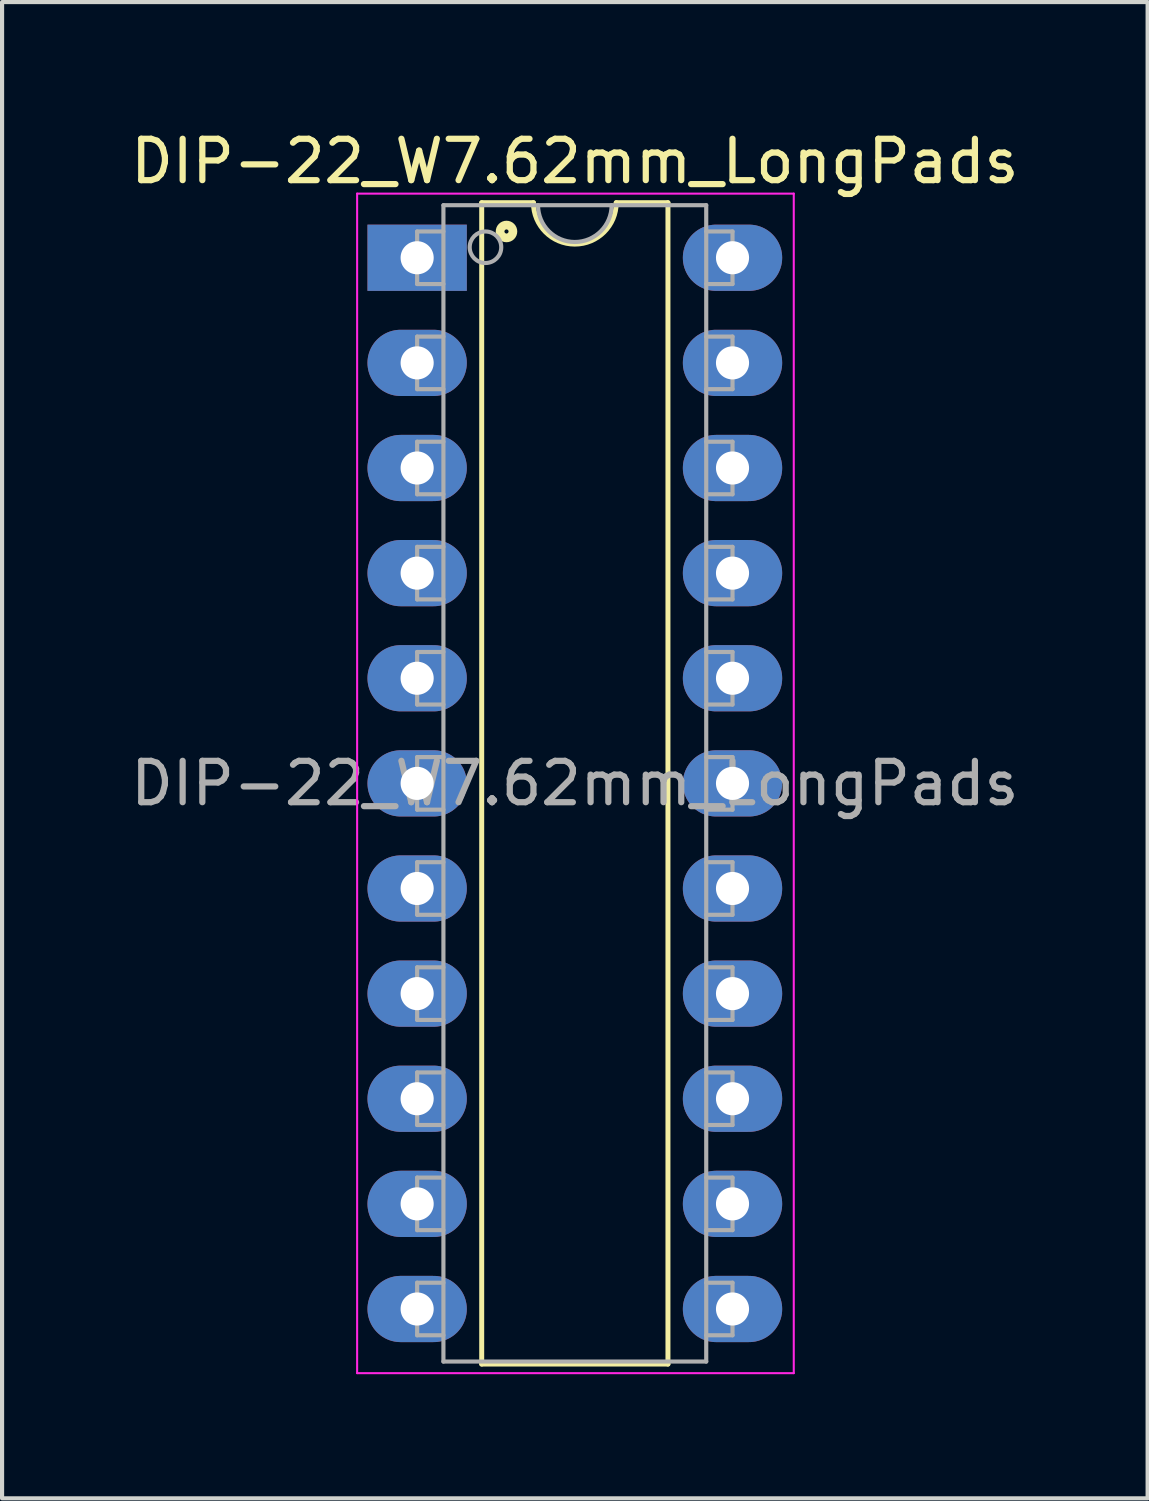
<source format=kicad_pcb>
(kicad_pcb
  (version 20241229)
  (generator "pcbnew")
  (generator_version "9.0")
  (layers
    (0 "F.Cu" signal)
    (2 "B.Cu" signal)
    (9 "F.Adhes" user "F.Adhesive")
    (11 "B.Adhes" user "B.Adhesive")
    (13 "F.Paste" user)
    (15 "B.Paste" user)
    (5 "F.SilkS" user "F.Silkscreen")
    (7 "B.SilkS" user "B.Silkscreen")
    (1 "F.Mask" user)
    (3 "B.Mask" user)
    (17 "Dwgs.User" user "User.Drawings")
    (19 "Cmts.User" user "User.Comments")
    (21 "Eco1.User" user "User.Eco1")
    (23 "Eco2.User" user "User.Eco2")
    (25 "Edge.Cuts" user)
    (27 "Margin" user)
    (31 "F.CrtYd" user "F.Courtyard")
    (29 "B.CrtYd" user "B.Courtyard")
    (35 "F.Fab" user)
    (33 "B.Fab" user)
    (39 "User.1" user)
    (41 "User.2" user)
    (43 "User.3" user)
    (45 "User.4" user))
  (footprint "DIP-22_W7.62mm_LongPads"
    (layer "F.Cu")
    (at 7.029 3.178)
    (property "Reference" "DIP-22_W7.62mm_LongPads" (at 3.81 -2.33 0) (layer "F.SilkS") (effects (font (size 1 1) (thickness 0.15))))
    (attr through_hole)
    (fp_line (start 1.56 -1.33) (end 1.56 26.73) (stroke (width 0.12) (type solid)) (layer "F.SilkS"))
    (fp_line (start 1.56 26.73) (end 6.06 26.73) (stroke (width 0.12) (type solid)) (layer "F.SilkS"))
    (fp_line (start 2.81 -1.33) (end 1.56 -1.33) (stroke (width 0.12) (type solid)) (layer "F.SilkS"))
    (fp_line (start 6.06 -1.33) (end 4.81 -1.33) (stroke (width 0.12) (type solid)) (layer "F.SilkS"))
    (fp_line (start 6.06 26.73) (end 6.06 -1.33) (stroke (width 0.12) (type solid)) (layer "F.SilkS"))
    (fp_arc (start 4.81 -1.33) (mid 3.81 -0.33) (end 2.81 -1.33) (stroke (width 0.12) (type solid)) (layer "F.SilkS"))
    (fp_circle (center 2.159 -0.635) (end 2.209 -0.635) (stroke (width 0.12) (type solid)) (fill no) (layer "F.SilkS"))
    (fp_circle (center 2.159 -0.635) (end 2.284 -0.635) (stroke (width 0.12) (type solid)) (fill no) (layer "F.SilkS"))
    (fp_circle (center 2.159 -0.635) (end 2.359 -0.635) (stroke (width 0.12) (type solid)) (fill no) (layer "F.SilkS"))
    (fp_line (start -1.45 -1.55) (end -1.45 26.95) (stroke (width 0.05) (type solid)) (layer "F.CrtYd"))
    (fp_line (start -1.45 26.95) (end 9.1 26.95) (stroke (width 0.05) (type solid)) (layer "F.CrtYd"))
    (fp_line (start 9.1 -1.55) (end -1.45 -1.55) (stroke (width 0.05) (type solid)) (layer "F.CrtYd"))
    (fp_line (start 9.1 26.95) (end 9.1 -1.55) (stroke (width 0.05) (type solid)) (layer "F.CrtYd"))
    (fp_line (start 0 -0.635) (end 0 0.635) (stroke (width 0.1) (type solid)) (layer "F.Fab"))
    (fp_line (start 0 -0.635) (end 0.635 -0.635) (stroke (width 0.1) (type solid)) (layer "F.Fab"))
    (fp_line (start 0 0.635) (end 0.635 0.635) (stroke (width 0.1) (type solid)) (layer "F.Fab"))
    (fp_line (start 0 1.905) (end 0 3.175) (stroke (width 0.1) (type solid)) (layer "F.Fab"))
    (fp_line (start 0 1.905) (end 0.635 1.905) (stroke (width 0.1) (type solid)) (layer "F.Fab"))
    (fp_line (start 0 3.175) (end 0.635 3.175) (stroke (width 0.1) (type solid)) (layer "F.Fab"))
    (fp_line (start 0 4.445) (end 0 5.715) (stroke (width 0.1) (type solid)) (layer "F.Fab"))
    (fp_line (start 0 4.445) (end 0.635 4.445) (stroke (width 0.1) (type solid)) (layer "F.Fab"))
    (fp_line (start 0 5.715) (end 0.635 5.715) (stroke (width 0.1) (type solid)) (layer "F.Fab"))
    (fp_line (start 0 6.985) (end 0 8.255) (stroke (width 0.1) (type solid)) (layer "F.Fab"))
    (fp_line (start 0 6.985) (end 0.635 6.985) (stroke (width 0.1) (type solid)) (layer "F.Fab"))
    (fp_line (start 0 8.255) (end 0.635 8.255) (stroke (width 0.1) (type solid)) (layer "F.Fab"))
    (fp_line (start 0 9.525) (end 0 10.795) (stroke (width 0.1) (type solid)) (layer "F.Fab"))
    (fp_line (start 0 9.525) (end 0.635 9.525) (stroke (width 0.1) (type solid)) (layer "F.Fab"))
    (fp_line (start 0 10.795) (end 0.635 10.795) (stroke (width 0.1) (type solid)) (layer "F.Fab"))
    (fp_line (start 0 12.065) (end 0 13.335) (stroke (width 0.1) (type solid)) (layer "F.Fab"))
    (fp_line (start 0 12.065) (end 0.635 12.065) (stroke (width 0.1) (type solid)) (layer "F.Fab"))
    (fp_line (start 0 13.335) (end 0.635 13.335) (stroke (width 0.1) (type solid)) (layer "F.Fab"))
    (fp_line (start 0 14.605) (end 0 15.875) (stroke (width 0.1) (type solid)) (layer "F.Fab"))
    (fp_line (start 0 14.605) (end 0.635 14.605) (stroke (width 0.1) (type solid)) (layer "F.Fab"))
    (fp_line (start 0 15.875) (end 0.635 15.875) (stroke (width 0.1) (type solid)) (layer "F.Fab"))
    (fp_line (start 0 17.145) (end 0 18.415) (stroke (width 0.1) (type solid)) (layer "F.Fab"))
    (fp_line (start 0 17.145) (end 0.635 17.145) (stroke (width 0.1) (type solid)) (layer "F.Fab"))
    (fp_line (start 0 18.415) (end 0.635 18.415) (stroke (width 0.1) (type solid)) (layer "F.Fab"))
    (fp_line (start 0 19.685) (end 0 20.955) (stroke (width 0.1) (type solid)) (layer "F.Fab"))
    (fp_line (start 0 19.685) (end 0.635 19.685) (stroke (width 0.1) (type solid)) (layer "F.Fab"))
    (fp_line (start 0 20.955) (end 0.635 20.955) (stroke (width 0.1) (type solid)) (layer "F.Fab"))
    (fp_line (start 0 22.225) (end 0 23.495) (stroke (width 0.1) (type solid)) (layer "F.Fab"))
    (fp_line (start 0 22.225) (end 0.635 22.225) (stroke (width 0.1) (type solid)) (layer "F.Fab"))
    (fp_line (start 0 23.495) (end 0.635 23.495) (stroke (width 0.1) (type solid)) (layer "F.Fab"))
    (fp_line (start 0 24.765) (end 0 26.035) (stroke (width 0.1) (type solid)) (layer "F.Fab"))
    (fp_line (start 0 24.765) (end 0.635 24.765) (stroke (width 0.1) (type solid)) (layer "F.Fab"))
    (fp_line (start 0 26.035) (end 0.635 26.035) (stroke (width 0.1) (type solid)) (layer "F.Fab"))
    (fp_line (start 0.635 -1.27) (end 6.985 -1.27) (stroke (width 0.1) (type solid)) (layer "F.Fab"))
    (fp_line (start 0.635 26.67) (end 0.635 -1.27) (stroke (width 0.1) (type solid)) (layer "F.Fab"))
    (fp_line (start 6.985 -1.27) (end 6.985 26.67) (stroke (width 0.1) (type solid)) (layer "F.Fab"))
    (fp_line (start 6.985 26.67) (end 0.635 26.67) (stroke (width 0.1) (type solid)) (layer "F.Fab"))
    (fp_line (start 7.62 -0.635) (end 6.985 -0.635) (stroke (width 0.1) (type solid)) (layer "F.Fab"))
    (fp_line (start 7.62 0.635) (end 6.985 0.635) (stroke (width 0.1) (type solid)) (layer "F.Fab"))
    (fp_line (start 7.62 0.635) (end 7.62 -0.635) (stroke (width 0.1) (type solid)) (layer "F.Fab"))
    (fp_line (start 7.62 1.905) (end 6.985 1.905) (stroke (width 0.1) (type solid)) (layer "F.Fab"))
    (fp_line (start 7.62 3.175) (end 6.985 3.175) (stroke (width 0.1) (type solid)) (layer "F.Fab"))
    (fp_line (start 7.62 3.175) (end 7.62 1.905) (stroke (width 0.1) (type solid)) (layer "F.Fab"))
    (fp_line (start 7.62 4.445) (end 6.985 4.445) (stroke (width 0.1) (type solid)) (layer "F.Fab"))
    (fp_line (start 7.62 5.715) (end 6.985 5.715) (stroke (width 0.1) (type solid)) (layer "F.Fab"))
    (fp_line (start 7.62 5.715) (end 7.62 4.445) (stroke (width 0.1) (type solid)) (layer "F.Fab"))
    (fp_line (start 7.62 6.985) (end 6.985 6.985) (stroke (width 0.1) (type solid)) (layer "F.Fab"))
    (fp_line (start 7.62 8.255) (end 6.985 8.255) (stroke (width 0.1) (type solid)) (layer "F.Fab"))
    (fp_line (start 7.62 8.255) (end 7.62 6.985) (stroke (width 0.1) (type solid)) (layer "F.Fab"))
    (fp_line (start 7.62 9.525) (end 6.985 9.525) (stroke (width 0.1) (type solid)) (layer "F.Fab"))
    (fp_line (start 7.62 10.795) (end 6.985 10.795) (stroke (width 0.1) (type solid)) (layer "F.Fab"))
    (fp_line (start 7.62 10.795) (end 7.62 9.525) (stroke (width 0.1) (type solid)) (layer "F.Fab"))
    (fp_line (start 7.62 12.065) (end 6.985 12.065) (stroke (width 0.1) (type solid)) (layer "F.Fab"))
    (fp_line (start 7.62 13.335) (end 6.985 13.335) (stroke (width 0.1) (type solid)) (layer "F.Fab"))
    (fp_line (start 7.62 13.335) (end 7.62 12.065) (stroke (width 0.1) (type solid)) (layer "F.Fab"))
    (fp_line (start 7.62 14.605) (end 6.985 14.605) (stroke (width 0.1) (type solid)) (layer "F.Fab"))
    (fp_line (start 7.62 15.875) (end 6.985 15.875) (stroke (width 0.1) (type solid)) (layer "F.Fab"))
    (fp_line (start 7.62 15.875) (end 7.62 14.605) (stroke (width 0.1) (type solid)) (layer "F.Fab"))
    (fp_line (start 7.62 17.145) (end 6.985 17.145) (stroke (width 0.1) (type solid)) (layer "F.Fab"))
    (fp_line (start 7.62 18.415) (end 6.985 18.415) (stroke (width 0.1) (type solid)) (layer "F.Fab"))
    (fp_line (start 7.62 18.415) (end 7.62 17.145) (stroke (width 0.1) (type solid)) (layer "F.Fab"))
    (fp_line (start 7.62 19.685) (end 6.985 19.685) (stroke (width 0.1) (type solid)) (layer "F.Fab"))
    (fp_line (start 7.62 20.955) (end 6.985 20.955) (stroke (width 0.1) (type solid)) (layer "F.Fab"))
    (fp_line (start 7.62 20.955) (end 7.62 19.685) (stroke (width 0.1) (type solid)) (layer "F.Fab"))
    (fp_line (start 7.62 22.225) (end 6.985 22.225) (stroke (width 0.1) (type solid)) (layer "F.Fab"))
    (fp_line (start 7.62 23.495) (end 6.985 23.495) (stroke (width 0.1) (type solid)) (layer "F.Fab"))
    (fp_line (start 7.62 23.495) (end 7.62 22.225) (stroke (width 0.1) (type solid)) (layer "F.Fab"))
    (fp_line (start 7.62 24.765) (end 6.985 24.765) (stroke (width 0.1) (type solid)) (layer "F.Fab"))
    (fp_line (start 7.62 26.035) (end 6.985 26.035) (stroke (width 0.1) (type solid)) (layer "F.Fab"))
    (fp_line (start 7.62 26.035) (end 7.62 24.765) (stroke (width 0.1) (type solid)) (layer "F.Fab"))
    (fp_arc (start 4.699 -1.27) (mid 3.81 -0.381) (end 2.921 -1.27) (stroke (width 0.1) (type solid)) (layer "F.Fab"))
    (fp_circle (center 1.651 -0.254) (end 2.032 -0.254) (stroke (width 0.1) (type solid)) (fill no) (layer "F.Fab"))
    (fp_text user "${REFERENCE}" (at 3.81 12.7 0) (layer "F.Fab") (effects (font (size 1 1) (thickness 0.15))))
    (pad "1" thru_hole rect (at 0 0) (size 2.4 1.6) (drill 0.8) (layers "*.Cu" "*.Mask"))
    (pad "2" thru_hole oval (at 0 2.54) (size 2.4 1.6) (drill 0.8) (layers "*.Cu" "*.Mask"))
    (pad "3" thru_hole oval (at 0 5.08) (size 2.4 1.6) (drill 0.8) (layers "*.Cu" "*.Mask"))
    (pad "4" thru_hole oval (at 0 7.62) (size 2.4 1.6) (drill 0.8) (layers "*.Cu" "*.Mask"))
    (pad "5" thru_hole oval (at 0 10.16) (size 2.4 1.6) (drill 0.8) (layers "*.Cu" "*.Mask"))
    (pad "6" thru_hole oval (at 0 12.7) (size 2.4 1.6) (drill 0.8) (layers "*.Cu" "*.Mask"))
    (pad "7" thru_hole oval (at 0 15.24) (size 2.4 1.6) (drill 0.8) (layers "*.Cu" "*.Mask"))
    (pad "8" thru_hole oval (at 0 17.78) (size 2.4 1.6) (drill 0.8) (layers "*.Cu" "*.Mask"))
    (pad "9" thru_hole oval (at 0 20.32) (size 2.4 1.6) (drill 0.8) (layers "*.Cu" "*.Mask"))
    (pad "10" thru_hole oval (at 0 22.86) (size 2.4 1.6) (drill 0.8) (layers "*.Cu" "*.Mask"))
    (pad "11" thru_hole oval (at 0 25.4) (size 2.4 1.6) (drill 0.8) (layers "*.Cu" "*.Mask"))
    (pad "12" thru_hole oval (at 7.62 25.4) (size 2.4 1.6) (drill 0.8) (layers "*.Cu" "*.Mask"))
    (pad "13" thru_hole oval (at 7.62 22.86) (size 2.4 1.6) (drill 0.8) (layers "*.Cu" "*.Mask"))
    (pad "14" thru_hole oval (at 7.62 20.32) (size 2.4 1.6) (drill 0.8) (layers "*.Cu" "*.Mask"))
    (pad "15" thru_hole oval (at 7.62 17.78) (size 2.4 1.6) (drill 0.8) (layers "*.Cu" "*.Mask"))
    (pad "16" thru_hole oval (at 7.62 15.24) (size 2.4 1.6) (drill 0.8) (layers "*.Cu" "*.Mask"))
    (pad "17" thru_hole oval (at 7.62 12.7) (size 2.4 1.6) (drill 0.8) (layers "*.Cu" "*.Mask"))
    (pad "18" thru_hole oval (at 7.62 10.16) (size 2.4 1.6) (drill 0.8) (layers "*.Cu" "*.Mask"))
    (pad "19" thru_hole oval (at 7.62 7.62) (size 2.4 1.6) (drill 0.8) (layers "*.Cu" "*.Mask"))
    (pad "20" thru_hole oval (at 7.62 5.08) (size 2.4 1.6) (drill 0.8) (layers "*.Cu" "*.Mask"))
    (pad "21" thru_hole oval (at 7.62 2.54) (size 2.4 1.6) (drill 0.8) (layers "*.Cu" "*.Mask"))
    (pad "22" thru_hole oval (at 7.62 0) (size 2.4 1.6) (drill 0.8) (layers "*.Cu" "*.Mask")))
  (gr_rect
    (start -3 -3)
    (end 24.679 33.153)
    (stroke (width 0.1) (type default))
    (fill no)
    (layer "Edge.Cuts")))
</source>
